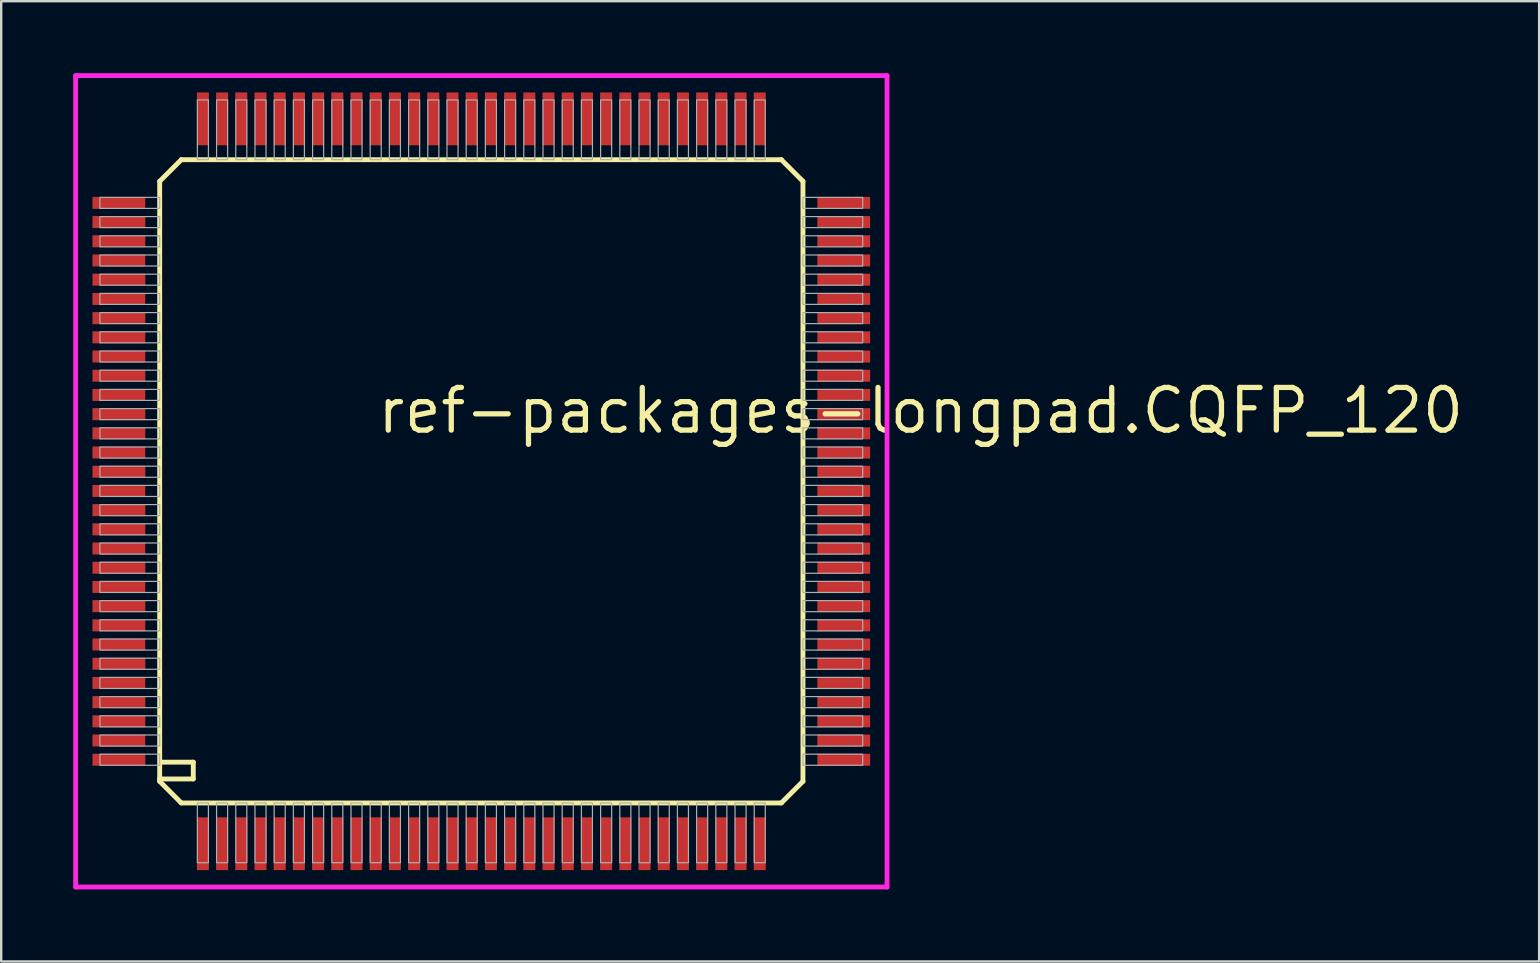
<source format=kicad_pcb>
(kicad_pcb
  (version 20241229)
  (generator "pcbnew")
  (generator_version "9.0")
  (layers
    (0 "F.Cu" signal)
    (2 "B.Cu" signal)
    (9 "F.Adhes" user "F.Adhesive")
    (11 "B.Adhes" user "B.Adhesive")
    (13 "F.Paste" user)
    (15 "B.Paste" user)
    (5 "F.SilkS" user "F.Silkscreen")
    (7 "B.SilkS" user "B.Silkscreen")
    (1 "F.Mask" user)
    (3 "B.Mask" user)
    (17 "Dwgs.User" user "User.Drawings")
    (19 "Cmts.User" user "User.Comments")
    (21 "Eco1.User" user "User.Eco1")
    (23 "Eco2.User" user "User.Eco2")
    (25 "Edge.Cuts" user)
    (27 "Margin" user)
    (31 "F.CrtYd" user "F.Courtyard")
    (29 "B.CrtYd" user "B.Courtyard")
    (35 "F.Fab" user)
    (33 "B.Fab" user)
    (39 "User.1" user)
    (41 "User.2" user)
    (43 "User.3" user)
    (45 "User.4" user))
  (footprint "ref-packages-longpad.CQFP_120"
    (layer "F.Cu")
    (at 17.003 17.003)
    (property "Reference" "ref-packages-longpad.CQFP_120" (at -4.445 -1.905 0) (layer "F.SilkS") (effects (font (size 1.778 1.778) (thickness 0.22)) (justify left bottom)))
    (attr smd)
    (fp_line (start -13.4 -12.5) (end -13.4 12.4) (stroke (width 0.203) (type default)) (layer "F.SilkS"))
    (fp_line (start -13.4 -12.5) (end -12.5 -13.4) (stroke (width 0.203) (type default)) (layer "F.SilkS"))
    (fp_line (start -13.4 12.4) (end -13.4 12.5) (stroke (width 0.203) (type default)) (layer "F.SilkS"))
    (fp_line (start -13.4 12.4) (end -12 12.4) (stroke (width 0.203) (type default)) (layer "F.SilkS"))
    (fp_line (start -13.4 12.5) (end -12.5 13.4) (stroke (width 0.203) (type default)) (layer "F.SilkS"))
    (fp_line (start -12.5 13.4) (end 12.5 13.4) (stroke (width 0.203) (type default)) (layer "F.SilkS"))
    (fp_line (start -12 11.7) (end -13.3 11.7) (stroke (width 0.203) (type default)) (layer "F.SilkS"))
    (fp_line (start -12 12.4) (end -12 11.7) (stroke (width 0.203) (type default)) (layer "F.SilkS"))
    (fp_line (start 12.5 -13.4) (end -12.5 -13.4) (stroke (width 0.203) (type default)) (layer "F.SilkS"))
    (fp_line (start 12.5 -13.4) (end 13.4 -12.5) (stroke (width 0.203) (type default)) (layer "F.SilkS"))
    (fp_line (start 12.5 13.4) (end 13.4 12.5) (stroke (width 0.203) (type default)) (layer "F.SilkS"))
    (fp_line (start 13.4 12.5) (end 13.4 -12.5) (stroke (width 0.203) (type default)) (layer "F.SilkS"))
    (fp_line (start -16.903 -16.903) (end 16.903 -16.903) (stroke (width 0.2) (type default)) (layer "F.CrtYd"))
    (fp_line (start -16.903 16.903) (end -16.903 -16.903) (stroke (width 0.2) (type default)) (layer "F.CrtYd"))
    (fp_line (start 16.903 -16.903) (end 16.903 16.903) (stroke (width 0.2) (type default)) (layer "F.CrtYd"))
    (fp_line (start 16.903 16.903) (end -16.903 16.903) (stroke (width 0.2) (type default)) (layer "F.CrtYd"))
    (fp_rect (start -15.89 -11.37) (end -13.4 -11.83) (stroke (width 0.05) (type default)) (fill no) (layer "F.Fab"))
    (fp_rect (start -15.89 -10.57) (end -13.4 -11.03) (stroke (width 0.05) (type default)) (fill no) (layer "F.Fab"))
    (fp_rect (start -15.89 -9.77) (end -13.4 -10.23) (stroke (width 0.05) (type default)) (fill no) (layer "F.Fab"))
    (fp_rect (start -15.89 -8.97) (end -13.4 -9.43) (stroke (width 0.05) (type default)) (fill no) (layer "F.Fab"))
    (fp_rect (start -15.89 -8.17) (end -13.4 -8.63) (stroke (width 0.05) (type default)) (fill no) (layer "F.Fab"))
    (fp_rect (start -15.89 -7.37) (end -13.4 -7.83) (stroke (width 0.05) (type default)) (fill no) (layer "F.Fab"))
    (fp_rect (start -15.89 -6.57) (end -13.4 -7.03) (stroke (width 0.05) (type default)) (fill no) (layer "F.Fab"))
    (fp_rect (start -15.89 -5.77) (end -13.4 -6.23) (stroke (width 0.05) (type default)) (fill no) (layer "F.Fab"))
    (fp_rect (start -15.89 -4.97) (end -13.4 -5.43) (stroke (width 0.05) (type default)) (fill no) (layer "F.Fab"))
    (fp_rect (start -15.89 -4.17) (end -13.4 -4.63) (stroke (width 0.05) (type default)) (fill no) (layer "F.Fab"))
    (fp_rect (start -15.89 -3.37) (end -13.4 -3.83) (stroke (width 0.05) (type default)) (fill no) (layer "F.Fab"))
    (fp_rect (start -15.89 -2.57) (end -13.4 -3.03) (stroke (width 0.05) (type default)) (fill no) (layer "F.Fab"))
    (fp_rect (start -15.89 -1.77) (end -13.4 -2.23) (stroke (width 0.05) (type default)) (fill no) (layer "F.Fab"))
    (fp_rect (start -15.89 -0.97) (end -13.4 -1.43) (stroke (width 0.05) (type default)) (fill no) (layer "F.Fab"))
    (fp_rect (start -15.89 -0.17) (end -13.4 -0.63) (stroke (width 0.05) (type default)) (fill no) (layer "F.Fab"))
    (fp_rect (start -15.89 0.63) (end -13.4 0.17) (stroke (width 0.05) (type default)) (fill no) (layer "F.Fab"))
    (fp_rect (start -15.89 1.43) (end -13.4 0.97) (stroke (width 0.05) (type default)) (fill no) (layer "F.Fab"))
    (fp_rect (start -15.89 2.23) (end -13.4 1.77) (stroke (width 0.05) (type default)) (fill no) (layer "F.Fab"))
    (fp_rect (start -15.89 3.03) (end -13.4 2.57) (stroke (width 0.05) (type default)) (fill no) (layer "F.Fab"))
    (fp_rect (start -15.89 3.83) (end -13.4 3.37) (stroke (width 0.05) (type default)) (fill no) (layer "F.Fab"))
    (fp_rect (start -15.89 4.63) (end -13.4 4.17) (stroke (width 0.05) (type default)) (fill no) (layer "F.Fab"))
    (fp_rect (start -15.89 5.43) (end -13.4 4.97) (stroke (width 0.05) (type default)) (fill no) (layer "F.Fab"))
    (fp_rect (start -15.89 6.23) (end -13.4 5.77) (stroke (width 0.05) (type default)) (fill no) (layer "F.Fab"))
    (fp_rect (start -15.89 7.03) (end -13.4 6.57) (stroke (width 0.05) (type default)) (fill no) (layer "F.Fab"))
    (fp_rect (start -15.89 7.83) (end -13.4 7.37) (stroke (width 0.05) (type default)) (fill no) (layer "F.Fab"))
    (fp_rect (start -15.89 8.63) (end -13.4 8.17) (stroke (width 0.05) (type default)) (fill no) (layer "F.Fab"))
    (fp_rect (start -15.89 9.43) (end -13.4 8.97) (stroke (width 0.05) (type default)) (fill no) (layer "F.Fab"))
    (fp_rect (start -15.89 10.23) (end -13.4 9.77) (stroke (width 0.05) (type default)) (fill no) (layer "F.Fab"))
    (fp_rect (start -15.89 11.03) (end -13.4 10.57) (stroke (width 0.05) (type default)) (fill no) (layer "F.Fab"))
    (fp_rect (start -15.89 11.83) (end -13.4 11.37) (stroke (width 0.05) (type default)) (fill no) (layer "F.Fab"))
    (fp_rect (start -11.83 -13.4) (end -11.37 -15.89) (stroke (width 0.05) (type default)) (fill no) (layer "F.Fab"))
    (fp_rect (start -11.83 15.89) (end -11.37 13.4) (stroke (width 0.05) (type default)) (fill no) (layer "F.Fab"))
    (fp_rect (start -11.03 -13.4) (end -10.57 -15.89) (stroke (width 0.05) (type default)) (fill no) (layer "F.Fab"))
    (fp_rect (start -11.03 15.89) (end -10.57 13.4) (stroke (width 0.05) (type default)) (fill no) (layer "F.Fab"))
    (fp_rect (start -10.23 -13.4) (end -9.77 -15.89) (stroke (width 0.05) (type default)) (fill no) (layer "F.Fab"))
    (fp_rect (start -10.23 15.89) (end -9.77 13.4) (stroke (width 0.05) (type default)) (fill no) (layer "F.Fab"))
    (fp_rect (start -9.43 -13.4) (end -8.97 -15.89) (stroke (width 0.05) (type default)) (fill no) (layer "F.Fab"))
    (fp_rect (start -9.43 15.89) (end -8.97 13.4) (stroke (width 0.05) (type default)) (fill no) (layer "F.Fab"))
    (fp_rect (start -8.63 -13.4) (end -8.17 -15.89) (stroke (width 0.05) (type default)) (fill no) (layer "F.Fab"))
    (fp_rect (start -8.63 15.89) (end -8.17 13.4) (stroke (width 0.05) (type default)) (fill no) (layer "F.Fab"))
    (fp_rect (start -7.83 -13.4) (end -7.37 -15.89) (stroke (width 0.05) (type default)) (fill no) (layer "F.Fab"))
    (fp_rect (start -7.83 15.89) (end -7.37 13.4) (stroke (width 0.05) (type default)) (fill no) (layer "F.Fab"))
    (fp_rect (start -7.03 -13.4) (end -6.57 -15.89) (stroke (width 0.05) (type default)) (fill no) (layer "F.Fab"))
    (fp_rect (start -7.03 15.89) (end -6.57 13.4) (stroke (width 0.05) (type default)) (fill no) (layer "F.Fab"))
    (fp_rect (start -6.23 -13.4) (end -5.77 -15.89) (stroke (width 0.05) (type default)) (fill no) (layer "F.Fab"))
    (fp_rect (start -6.23 15.89) (end -5.77 13.4) (stroke (width 0.05) (type default)) (fill no) (layer "F.Fab"))
    (fp_rect (start -5.43 -13.4) (end -4.97 -15.89) (stroke (width 0.05) (type default)) (fill no) (layer "F.Fab"))
    (fp_rect (start -5.43 15.89) (end -4.97 13.4) (stroke (width 0.05) (type default)) (fill no) (layer "F.Fab"))
    (fp_rect (start -4.63 -13.4) (end -4.17 -15.89) (stroke (width 0.05) (type default)) (fill no) (layer "F.Fab"))
    (fp_rect (start -4.63 15.89) (end -4.17 13.4) (stroke (width 0.05) (type default)) (fill no) (layer "F.Fab"))
    (fp_rect (start -3.83 -13.4) (end -3.37 -15.89) (stroke (width 0.05) (type default)) (fill no) (layer "F.Fab"))
    (fp_rect (start -3.83 15.89) (end -3.37 13.4) (stroke (width 0.05) (type default)) (fill no) (layer "F.Fab"))
    (fp_rect (start -3.03 -13.4) (end -2.57 -15.89) (stroke (width 0.05) (type default)) (fill no) (layer "F.Fab"))
    (fp_rect (start -3.03 15.89) (end -2.57 13.4) (stroke (width 0.05) (type default)) (fill no) (layer "F.Fab"))
    (fp_rect (start -2.23 -13.4) (end -1.77 -15.89) (stroke (width 0.05) (type default)) (fill no) (layer "F.Fab"))
    (fp_rect (start -2.23 15.89) (end -1.77 13.4) (stroke (width 0.05) (type default)) (fill no) (layer "F.Fab"))
    (fp_rect (start -1.43 -13.4) (end -0.97 -15.89) (stroke (width 0.05) (type default)) (fill no) (layer "F.Fab"))
    (fp_rect (start -1.43 15.89) (end -0.97 13.4) (stroke (width 0.05) (type default)) (fill no) (layer "F.Fab"))
    (fp_rect (start -0.63 -13.4) (end -0.17 -15.89) (stroke (width 0.05) (type default)) (fill no) (layer "F.Fab"))
    (fp_rect (start -0.63 15.89) (end -0.17 13.4) (stroke (width 0.05) (type default)) (fill no) (layer "F.Fab"))
    (fp_rect (start 0.17 -13.4) (end 0.63 -15.89) (stroke (width 0.05) (type default)) (fill no) (layer "F.Fab"))
    (fp_rect (start 0.17 15.89) (end 0.63 13.4) (stroke (width 0.05) (type default)) (fill no) (layer "F.Fab"))
    (fp_rect (start 0.97 -13.4) (end 1.43 -15.89) (stroke (width 0.05) (type default)) (fill no) (layer "F.Fab"))
    (fp_rect (start 0.97 15.89) (end 1.43 13.4) (stroke (width 0.05) (type default)) (fill no) (layer "F.Fab"))
    (fp_rect (start 1.77 -13.4) (end 2.23 -15.89) (stroke (width 0.05) (type default)) (fill no) (layer "F.Fab"))
    (fp_rect (start 1.77 15.89) (end 2.23 13.4) (stroke (width 0.05) (type default)) (fill no) (layer "F.Fab"))
    (fp_rect (start 2.57 -13.4) (end 3.03 -15.89) (stroke (width 0.05) (type default)) (fill no) (layer "F.Fab"))
    (fp_rect (start 2.57 15.89) (end 3.03 13.4) (stroke (width 0.05) (type default)) (fill no) (layer "F.Fab"))
    (fp_rect (start 3.37 -13.4) (end 3.83 -15.89) (stroke (width 0.05) (type default)) (fill no) (layer "F.Fab"))
    (fp_rect (start 3.37 15.89) (end 3.83 13.4) (stroke (width 0.05) (type default)) (fill no) (layer "F.Fab"))
    (fp_rect (start 4.17 -13.4) (end 4.63 -15.89) (stroke (width 0.05) (type default)) (fill no) (layer "F.Fab"))
    (fp_rect (start 4.17 15.89) (end 4.63 13.4) (stroke (width 0.05) (type default)) (fill no) (layer "F.Fab"))
    (fp_rect (start 4.97 -13.4) (end 5.43 -15.89) (stroke (width 0.05) (type default)) (fill no) (layer "F.Fab"))
    (fp_rect (start 4.97 15.89) (end 5.43 13.4) (stroke (width 0.05) (type default)) (fill no) (layer "F.Fab"))
    (fp_rect (start 5.77 -13.4) (end 6.23 -15.89) (stroke (width 0.05) (type default)) (fill no) (layer "F.Fab"))
    (fp_rect (start 5.77 15.89) (end 6.23 13.4) (stroke (width 0.05) (type default)) (fill no) (layer "F.Fab"))
    (fp_rect (start 6.57 -13.4) (end 7.03 -15.89) (stroke (width 0.05) (type default)) (fill no) (layer "F.Fab"))
    (fp_rect (start 6.57 15.89) (end 7.03 13.4) (stroke (width 0.05) (type default)) (fill no) (layer "F.Fab"))
    (fp_rect (start 7.37 -13.4) (end 7.83 -15.89) (stroke (width 0.05) (type default)) (fill no) (layer "F.Fab"))
    (fp_rect (start 7.37 15.89) (end 7.83 13.4) (stroke (width 0.05) (type default)) (fill no) (layer "F.Fab"))
    (fp_rect (start 8.17 -13.4) (end 8.63 -15.89) (stroke (width 0.05) (type default)) (fill no) (layer "F.Fab"))
    (fp_rect (start 8.17 15.89) (end 8.63 13.4) (stroke (width 0.05) (type default)) (fill no) (layer "F.Fab"))
    (fp_rect (start 8.97 -13.4) (end 9.43 -15.89) (stroke (width 0.05) (type default)) (fill no) (layer "F.Fab"))
    (fp_rect (start 8.97 15.89) (end 9.43 13.4) (stroke (width 0.05) (type default)) (fill no) (layer "F.Fab"))
    (fp_rect (start 9.77 -13.4) (end 10.23 -15.89) (stroke (width 0.05) (type default)) (fill no) (layer "F.Fab"))
    (fp_rect (start 9.77 15.89) (end 10.23 13.4) (stroke (width 0.05) (type default)) (fill no) (layer "F.Fab"))
    (fp_rect (start 10.57 -13.4) (end 11.03 -15.89) (stroke (width 0.05) (type default)) (fill no) (layer "F.Fab"))
    (fp_rect (start 10.57 15.89) (end 11.03 13.4) (stroke (width 0.05) (type default)) (fill no) (layer "F.Fab"))
    (fp_rect (start 11.37 -13.4) (end 11.83 -15.89) (stroke (width 0.05) (type default)) (fill no) (layer "F.Fab"))
    (fp_rect (start 11.37 15.89) (end 11.83 13.4) (stroke (width 0.05) (type default)) (fill no) (layer "F.Fab"))
    (fp_rect (start 13.4 -11.37) (end 15.89 -11.83) (stroke (width 0.05) (type default)) (fill no) (layer "F.Fab"))
    (fp_rect (start 13.4 -10.57) (end 15.89 -11.03) (stroke (width 0.05) (type default)) (fill no) (layer "F.Fab"))
    (fp_rect (start 13.4 -9.77) (end 15.89 -10.23) (stroke (width 0.05) (type default)) (fill no) (layer "F.Fab"))
    (fp_rect (start 13.4 -8.97) (end 15.89 -9.43) (stroke (width 0.05) (type default)) (fill no) (layer "F.Fab"))
    (fp_rect (start 13.4 -8.17) (end 15.89 -8.63) (stroke (width 0.05) (type default)) (fill no) (layer "F.Fab"))
    (fp_rect (start 13.4 -7.37) (end 15.89 -7.83) (stroke (width 0.05) (type default)) (fill no) (layer "F.Fab"))
    (fp_rect (start 13.4 -6.57) (end 15.89 -7.03) (stroke (width 0.05) (type default)) (fill no) (layer "F.Fab"))
    (fp_rect (start 13.4 -5.77) (end 15.89 -6.23) (stroke (width 0.05) (type default)) (fill no) (layer "F.Fab"))
    (fp_rect (start 13.4 -4.97) (end 15.89 -5.43) (stroke (width 0.05) (type default)) (fill no) (layer "F.Fab"))
    (fp_rect (start 13.4 -4.17) (end 15.89 -4.63) (stroke (width 0.05) (type default)) (fill no) (layer "F.Fab"))
    (fp_rect (start 13.4 -3.37) (end 15.89 -3.83) (stroke (width 0.05) (type default)) (fill no) (layer "F.Fab"))
    (fp_rect (start 13.4 -2.57) (end 15.89 -3.03) (stroke (width 0.05) (type default)) (fill no) (layer "F.Fab"))
    (fp_rect (start 13.4 -1.77) (end 15.89 -2.23) (stroke (width 0.05) (type default)) (fill no) (layer "F.Fab"))
    (fp_rect (start 13.4 -0.97) (end 15.89 -1.43) (stroke (width 0.05) (type default)) (fill no) (layer "F.Fab"))
    (fp_rect (start 13.4 -0.17) (end 15.89 -0.63) (stroke (width 0.05) (type default)) (fill no) (layer "F.Fab"))
    (fp_rect (start 13.4 0.63) (end 15.89 0.17) (stroke (width 0.05) (type default)) (fill no) (layer "F.Fab"))
    (fp_rect (start 13.4 1.43) (end 15.89 0.97) (stroke (width 0.05) (type default)) (fill no) (layer "F.Fab"))
    (fp_rect (start 13.4 2.23) (end 15.89 1.77) (stroke (width 0.05) (type default)) (fill no) (layer "F.Fab"))
    (fp_rect (start 13.4 3.03) (end 15.89 2.57) (stroke (width 0.05) (type default)) (fill no) (layer "F.Fab"))
    (fp_rect (start 13.4 3.83) (end 15.89 3.37) (stroke (width 0.05) (type default)) (fill no) (layer "F.Fab"))
    (fp_rect (start 13.4 4.63) (end 15.89 4.17) (stroke (width 0.05) (type default)) (fill no) (layer "F.Fab"))
    (fp_rect (start 13.4 5.43) (end 15.89 4.97) (stroke (width 0.05) (type default)) (fill no) (layer "F.Fab"))
    (fp_rect (start 13.4 6.23) (end 15.89 5.77) (stroke (width 0.05) (type default)) (fill no) (layer "F.Fab"))
    (fp_rect (start 13.4 7.03) (end 15.89 6.57) (stroke (width 0.05) (type default)) (fill no) (layer "F.Fab"))
    (fp_rect (start 13.4 7.83) (end 15.89 7.37) (stroke (width 0.05) (type default)) (fill no) (layer "F.Fab"))
    (fp_rect (start 13.4 8.63) (end 15.89 8.17) (stroke (width 0.05) (type default)) (fill no) (layer "F.Fab"))
    (fp_rect (start 13.4 9.43) (end 15.89 8.97) (stroke (width 0.05) (type default)) (fill no) (layer "F.Fab"))
    (fp_rect (start 13.4 10.23) (end 15.89 9.77) (stroke (width 0.05) (type default)) (fill no) (layer "F.Fab"))
    (fp_rect (start 13.4 11.03) (end 15.89 10.57) (stroke (width 0.05) (type default)) (fill no) (layer "F.Fab"))
    (fp_rect (start 13.4 11.83) (end 15.89 11.37) (stroke (width 0.05) (type default)) (fill no) (layer "F.Fab"))
    (pad "1" smd roundrect (at -11.6 15.1) (size 0.5 2.2) (layers "F.Cu" "F.Mask" "F.Paste") (roundrect_rratio 0.01))
    (pad "2" smd roundrect (at -10.8 15.1) (size 0.5 2.2) (layers "F.Cu" "F.Mask" "F.Paste") (roundrect_rratio 0.01))
    (pad "3" smd roundrect (at -10 15.1) (size 0.5 2.2) (layers "F.Cu" "F.Mask" "F.Paste") (roundrect_rratio 0.01))
    (pad "4" smd roundrect (at -9.2 15.1) (size 0.5 2.2) (layers "F.Cu" "F.Mask" "F.Paste") (roundrect_rratio 0.01))
    (pad "5" smd roundrect (at -8.4 15.1) (size 0.5 2.2) (layers "F.Cu" "F.Mask" "F.Paste") (roundrect_rratio 0.01))
    (pad "6" smd roundrect (at -7.6 15.1) (size 0.5 2.2) (layers "F.Cu" "F.Mask" "F.Paste") (roundrect_rratio 0.01))
    (pad "7" smd roundrect (at -6.8 15.1) (size 0.5 2.2) (layers "F.Cu" "F.Mask" "F.Paste") (roundrect_rratio 0.01))
    (pad "8" smd roundrect (at -6 15.1) (size 0.5 2.2) (layers "F.Cu" "F.Mask" "F.Paste") (roundrect_rratio 0.01))
    (pad "9" smd roundrect (at -5.2 15.1) (size 0.5 2.2) (layers "F.Cu" "F.Mask" "F.Paste") (roundrect_rratio 0.01))
    (pad "10" smd roundrect (at -4.4 15.1) (size 0.5 2.2) (layers "F.Cu" "F.Mask" "F.Paste") (roundrect_rratio 0.01))
    (pad "11" smd roundrect (at -3.6 15.1) (size 0.5 2.2) (layers "F.Cu" "F.Mask" "F.Paste") (roundrect_rratio 0.01))
    (pad "12" smd roundrect (at -2.8 15.1) (size 0.5 2.2) (layers "F.Cu" "F.Mask" "F.Paste") (roundrect_rratio 0.01))
    (pad "13" smd roundrect (at -2 15.1) (size 0.5 2.2) (layers "F.Cu" "F.Mask" "F.Paste") (roundrect_rratio 0.01))
    (pad "14" smd roundrect (at -1.2 15.1) (size 0.5 2.2) (layers "F.Cu" "F.Mask" "F.Paste") (roundrect_rratio 0.01))
    (pad "15" smd roundrect (at -0.4 15.1) (size 0.5 2.2) (layers "F.Cu" "F.Mask" "F.Paste") (roundrect_rratio 0.01))
    (pad "16" smd roundrect (at 0.4 15.1) (size 0.5 2.2) (layers "F.Cu" "F.Mask" "F.Paste") (roundrect_rratio 0.01))
    (pad "17" smd roundrect (at 1.2 15.1) (size 0.5 2.2) (layers "F.Cu" "F.Mask" "F.Paste") (roundrect_rratio 0.01))
    (pad "18" smd roundrect (at 2 15.1) (size 0.5 2.2) (layers "F.Cu" "F.Mask" "F.Paste") (roundrect_rratio 0.01))
    (pad "19" smd roundrect (at 2.8 15.1) (size 0.5 2.2) (layers "F.Cu" "F.Mask" "F.Paste") (roundrect_rratio 0.01))
    (pad "20" smd roundrect (at 3.6 15.1) (size 0.5 2.2) (layers "F.Cu" "F.Mask" "F.Paste") (roundrect_rratio 0.01))
    (pad "21" smd roundrect (at 4.4 15.1) (size 0.5 2.2) (layers "F.Cu" "F.Mask" "F.Paste") (roundrect_rratio 0.01))
    (pad "22" smd roundrect (at 5.2 15.1) (size 0.5 2.2) (layers "F.Cu" "F.Mask" "F.Paste") (roundrect_rratio 0.01))
    (pad "23" smd roundrect (at 6 15.1) (size 0.5 2.2) (layers "F.Cu" "F.Mask" "F.Paste") (roundrect_rratio 0.01))
    (pad "24" smd roundrect (at 6.8 15.1) (size 0.5 2.2) (layers "F.Cu" "F.Mask" "F.Paste") (roundrect_rratio 0.01))
    (pad "25" smd roundrect (at 7.6 15.1) (size 0.5 2.2) (layers "F.Cu" "F.Mask" "F.Paste") (roundrect_rratio 0.01))
    (pad "26" smd roundrect (at 8.4 15.1) (size 0.5 2.2) (layers "F.Cu" "F.Mask" "F.Paste") (roundrect_rratio 0.01))
    (pad "27" smd roundrect (at 9.2 15.1) (size 0.5 2.2) (layers "F.Cu" "F.Mask" "F.Paste") (roundrect_rratio 0.01))
    (pad "28" smd roundrect (at 10 15.1) (size 0.5 2.2) (layers "F.Cu" "F.Mask" "F.Paste") (roundrect_rratio 0.01))
    (pad "29" smd roundrect (at 10.8 15.1) (size 0.5 2.2) (layers "F.Cu" "F.Mask" "F.Paste") (roundrect_rratio 0.01))
    (pad "30" smd roundrect (at 11.6 15.1) (size 0.5 2.2) (layers "F.Cu" "F.Mask" "F.Paste") (roundrect_rratio 0.01))
    (pad "31" smd roundrect (at 15.1 11.6) (size 2.2 0.5) (layers "F.Cu" "F.Mask" "F.Paste") (roundrect_rratio 0.01))
    (pad "32" smd roundrect (at 15.1 10.8) (size 2.2 0.5) (layers "F.Cu" "F.Mask" "F.Paste") (roundrect_rratio 0.01))
    (pad "33" smd roundrect (at 15.1 10) (size 2.2 0.5) (layers "F.Cu" "F.Mask" "F.Paste") (roundrect_rratio 0.01))
    (pad "34" smd roundrect (at 15.1 9.2) (size 2.2 0.5) (layers "F.Cu" "F.Mask" "F.Paste") (roundrect_rratio 0.01))
    (pad "35" smd roundrect (at 15.1 8.4) (size 2.2 0.5) (layers "F.Cu" "F.Mask" "F.Paste") (roundrect_rratio 0.01))
    (pad "36" smd roundrect (at 15.1 7.6) (size 2.2 0.5) (layers "F.Cu" "F.Mask" "F.Paste") (roundrect_rratio 0.01))
    (pad "37" smd roundrect (at 15.1 6.8) (size 2.2 0.5) (layers "F.Cu" "F.Mask" "F.Paste") (roundrect_rratio 0.01))
    (pad "38" smd roundrect (at 15.1 6) (size 2.2 0.5) (layers "F.Cu" "F.Mask" "F.Paste") (roundrect_rratio 0.01))
    (pad "39" smd roundrect (at 15.1 5.2) (size 2.2 0.5) (layers "F.Cu" "F.Mask" "F.Paste") (roundrect_rratio 0.01))
    (pad "40" smd roundrect (at 15.1 4.4) (size 2.2 0.5) (layers "F.Cu" "F.Mask" "F.Paste") (roundrect_rratio 0.01))
    (pad "41" smd roundrect (at 15.1 3.6) (size 2.2 0.5) (layers "F.Cu" "F.Mask" "F.Paste") (roundrect_rratio 0.01))
    (pad "42" smd roundrect (at 15.1 2.8) (size 2.2 0.5) (layers "F.Cu" "F.Mask" "F.Paste") (roundrect_rratio 0.01))
    (pad "43" smd roundrect (at 15.1 2) (size 2.2 0.5) (layers "F.Cu" "F.Mask" "F.Paste") (roundrect_rratio 0.01))
    (pad "44" smd roundrect (at 15.1 1.2) (size 2.2 0.5) (layers "F.Cu" "F.Mask" "F.Paste") (roundrect_rratio 0.01))
    (pad "45" smd roundrect (at 15.1 0.4) (size 2.2 0.5) (layers "F.Cu" "F.Mask" "F.Paste") (roundrect_rratio 0.01))
    (pad "46" smd roundrect (at 15.1 -0.4) (size 2.2 0.5) (layers "F.Cu" "F.Mask" "F.Paste") (roundrect_rratio 0.01))
    (pad "47" smd roundrect (at 15.1 -1.2) (size 2.2 0.5) (layers "F.Cu" "F.Mask" "F.Paste") (roundrect_rratio 0.01))
    (pad "48" smd roundrect (at 15.1 -2) (size 2.2 0.5) (layers "F.Cu" "F.Mask" "F.Paste") (roundrect_rratio 0.01))
    (pad "49" smd roundrect (at 15.1 -2.8) (size 2.2 0.5) (layers "F.Cu" "F.Mask" "F.Paste") (roundrect_rratio 0.01))
    (pad "50" smd roundrect (at 15.1 -3.6) (size 2.2 0.5) (layers "F.Cu" "F.Mask" "F.Paste") (roundrect_rratio 0.01))
    (pad "51" smd roundrect (at 15.1 -4.4) (size 2.2 0.5) (layers "F.Cu" "F.Mask" "F.Paste") (roundrect_rratio 0.01))
    (pad "52" smd roundrect (at 15.1 -5.2) (size 2.2 0.5) (layers "F.Cu" "F.Mask" "F.Paste") (roundrect_rratio 0.01))
    (pad "53" smd roundrect (at 15.1 -6) (size 2.2 0.5) (layers "F.Cu" "F.Mask" "F.Paste") (roundrect_rratio 0.01))
    (pad "54" smd roundrect (at 15.1 -6.8) (size 2.2 0.5) (layers "F.Cu" "F.Mask" "F.Paste") (roundrect_rratio 0.01))
    (pad "55" smd roundrect (at 15.1 -7.6) (size 2.2 0.5) (layers "F.Cu" "F.Mask" "F.Paste") (roundrect_rratio 0.01))
    (pad "56" smd roundrect (at 15.1 -8.4) (size 2.2 0.5) (layers "F.Cu" "F.Mask" "F.Paste") (roundrect_rratio 0.01))
    (pad "57" smd roundrect (at 15.1 -9.2) (size 2.2 0.5) (layers "F.Cu" "F.Mask" "F.Paste") (roundrect_rratio 0.01))
    (pad "58" smd roundrect (at 15.1 -10) (size 2.2 0.5) (layers "F.Cu" "F.Mask" "F.Paste") (roundrect_rratio 0.01))
    (pad "59" smd roundrect (at 15.1 -10.8) (size 2.2 0.5) (layers "F.Cu" "F.Mask" "F.Paste") (roundrect_rratio 0.01))
    (pad "60" smd roundrect (at 15.1 -11.6) (size 2.2 0.5) (layers "F.Cu" "F.Mask" "F.Paste") (roundrect_rratio 0.01))
    (pad "61" smd roundrect (at 11.6 -15.1) (size 0.5 2.2) (layers "F.Cu" "F.Mask" "F.Paste") (roundrect_rratio 0.01))
    (pad "62" smd roundrect (at 10.8 -15.1) (size 0.5 2.2) (layers "F.Cu" "F.Mask" "F.Paste") (roundrect_rratio 0.01))
    (pad "63" smd roundrect (at 10 -15.1) (size 0.5 2.2) (layers "F.Cu" "F.Mask" "F.Paste") (roundrect_rratio 0.01))
    (pad "64" smd roundrect (at 9.2 -15.1) (size 0.5 2.2) (layers "F.Cu" "F.Mask" "F.Paste") (roundrect_rratio 0.01))
    (pad "65" smd roundrect (at 8.4 -15.1) (size 0.5 2.2) (layers "F.Cu" "F.Mask" "F.Paste") (roundrect_rratio 0.01))
    (pad "66" smd roundrect (at 7.6 -15.1) (size 0.5 2.2) (layers "F.Cu" "F.Mask" "F.Paste") (roundrect_rratio 0.01))
    (pad "67" smd roundrect (at 6.8 -15.1) (size 0.5 2.2) (layers "F.Cu" "F.Mask" "F.Paste") (roundrect_rratio 0.01))
    (pad "68" smd roundrect (at 6 -15.1) (size 0.5 2.2) (layers "F.Cu" "F.Mask" "F.Paste") (roundrect_rratio 0.01))
    (pad "69" smd roundrect (at 5.2 -15.1) (size 0.5 2.2) (layers "F.Cu" "F.Mask" "F.Paste") (roundrect_rratio 0.01))
    (pad "70" smd roundrect (at 4.4 -15.1) (size 0.5 2.2) (layers "F.Cu" "F.Mask" "F.Paste") (roundrect_rratio 0.01))
    (pad "71" smd roundrect (at 3.6 -15.1) (size 0.5 2.2) (layers "F.Cu" "F.Mask" "F.Paste") (roundrect_rratio 0.01))
    (pad "72" smd roundrect (at 2.8 -15.1) (size 0.5 2.2) (layers "F.Cu" "F.Mask" "F.Paste") (roundrect_rratio 0.01))
    (pad "73" smd roundrect (at 2 -15.1) (size 0.5 2.2) (layers "F.Cu" "F.Mask" "F.Paste") (roundrect_rratio 0.01))
    (pad "74" smd roundrect (at 1.2 -15.1) (size 0.5 2.2) (layers "F.Cu" "F.Mask" "F.Paste") (roundrect_rratio 0.01))
    (pad "75" smd roundrect (at 0.4 -15.1) (size 0.5 2.2) (layers "F.Cu" "F.Mask" "F.Paste") (roundrect_rratio 0.01))
    (pad "76" smd roundrect (at -0.4 -15.1) (size 0.5 2.2) (layers "F.Cu" "F.Mask" "F.Paste") (roundrect_rratio 0.01))
    (pad "77" smd roundrect (at -1.2 -15.1) (size 0.5 2.2) (layers "F.Cu" "F.Mask" "F.Paste") (roundrect_rratio 0.01))
    (pad "78" smd roundrect (at -2 -15.1) (size 0.5 2.2) (layers "F.Cu" "F.Mask" "F.Paste") (roundrect_rratio 0.01))
    (pad "79" smd roundrect (at -2.8 -15.1) (size 0.5 2.2) (layers "F.Cu" "F.Mask" "F.Paste") (roundrect_rratio 0.01))
    (pad "80" smd roundrect (at -3.6 -15.1) (size 0.5 2.2) (layers "F.Cu" "F.Mask" "F.Paste") (roundrect_rratio 0.01))
    (pad "81" smd roundrect (at -4.4 -15.1) (size 0.5 2.2) (layers "F.Cu" "F.Mask" "F.Paste") (roundrect_rratio 0.01))
    (pad "82" smd roundrect (at -5.2 -15.1) (size 0.5 2.2) (layers "F.Cu" "F.Mask" "F.Paste") (roundrect_rratio 0.01))
    (pad "83" smd roundrect (at -6 -15.1) (size 0.5 2.2) (layers "F.Cu" "F.Mask" "F.Paste") (roundrect_rratio 0.01))
    (pad "84" smd roundrect (at -6.8 -15.1) (size 0.5 2.2) (layers "F.Cu" "F.Mask" "F.Paste") (roundrect_rratio 0.01))
    (pad "85" smd roundrect (at -7.6 -15.1) (size 0.5 2.2) (layers "F.Cu" "F.Mask" "F.Paste") (roundrect_rratio 0.01))
    (pad "86" smd roundrect (at -8.4 -15.1) (size 0.5 2.2) (layers "F.Cu" "F.Mask" "F.Paste") (roundrect_rratio 0.01))
    (pad "87" smd roundrect (at -9.2 -15.1) (size 0.5 2.2) (layers "F.Cu" "F.Mask" "F.Paste") (roundrect_rratio 0.01))
    (pad "88" smd roundrect (at -10 -15.1) (size 0.5 2.2) (layers "F.Cu" "F.Mask" "F.Paste") (roundrect_rratio 0.01))
    (pad "89" smd roundrect (at -10.8 -15.1) (size 0.5 2.2) (layers "F.Cu" "F.Mask" "F.Paste") (roundrect_rratio 0.01))
    (pad "90" smd roundrect (at -11.6 -15.1) (size 0.5 2.2) (layers "F.Cu" "F.Mask" "F.Paste") (roundrect_rratio 0.01))
    (pad "91" smd roundrect (at -15.1 -11.6) (size 2.2 0.5) (layers "F.Cu" "F.Mask" "F.Paste") (roundrect_rratio 0.01))
    (pad "92" smd roundrect (at -15.1 -10.8) (size 2.2 0.5) (layers "F.Cu" "F.Mask" "F.Paste") (roundrect_rratio 0.01))
    (pad "93" smd roundrect (at -15.1 -10) (size 2.2 0.5) (layers "F.Cu" "F.Mask" "F.Paste") (roundrect_rratio 0.01))
    (pad "94" smd roundrect (at -15.1 -9.2) (size 2.2 0.5) (layers "F.Cu" "F.Mask" "F.Paste") (roundrect_rratio 0.01))
    (pad "95" smd roundrect (at -15.1 -8.4) (size 2.2 0.5) (layers "F.Cu" "F.Mask" "F.Paste") (roundrect_rratio 0.01))
    (pad "96" smd roundrect (at -15.1 -7.6) (size 2.2 0.5) (layers "F.Cu" "F.Mask" "F.Paste") (roundrect_rratio 0.01))
    (pad "97" smd roundrect (at -15.1 -6.8) (size 2.2 0.5) (layers "F.Cu" "F.Mask" "F.Paste") (roundrect_rratio 0.01))
    (pad "98" smd roundrect (at -15.1 -6) (size 2.2 0.5) (layers "F.Cu" "F.Mask" "F.Paste") (roundrect_rratio 0.01))
    (pad "99" smd roundrect (at -15.1 -5.2) (size 2.2 0.5) (layers "F.Cu" "F.Mask" "F.Paste") (roundrect_rratio 0.01))
    (pad "100" smd roundrect (at -15.1 -4.4) (size 2.2 0.5) (layers "F.Cu" "F.Mask" "F.Paste") (roundrect_rratio 0.01))
    (pad "101" smd roundrect (at -15.1 -3.6) (size 2.2 0.5) (layers "F.Cu" "F.Mask" "F.Paste") (roundrect_rratio 0.01))
    (pad "102" smd roundrect (at -15.1 -2.8) (size 2.2 0.5) (layers "F.Cu" "F.Mask" "F.Paste") (roundrect_rratio 0.01))
    (pad "103" smd roundrect (at -15.1 -2) (size 2.2 0.5) (layers "F.Cu" "F.Mask" "F.Paste") (roundrect_rratio 0.01))
    (pad "104" smd roundrect (at -15.1 -1.2) (size 2.2 0.5) (layers "F.Cu" "F.Mask" "F.Paste") (roundrect_rratio 0.01))
    (pad "105" smd roundrect (at -15.1 -0.4) (size 2.2 0.5) (layers "F.Cu" "F.Mask" "F.Paste") (roundrect_rratio 0.01))
    (pad "106" smd roundrect (at -15.1 0.4) (size 2.2 0.5) (layers "F.Cu" "F.Mask" "F.Paste") (roundrect_rratio 0.01))
    (pad "107" smd roundrect (at -15.1 1.2) (size 2.2 0.5) (layers "F.Cu" "F.Mask" "F.Paste") (roundrect_rratio 0.01))
    (pad "108" smd roundrect (at -15.1 2) (size 2.2 0.5) (layers "F.Cu" "F.Mask" "F.Paste") (roundrect_rratio 0.01))
    (pad "109" smd roundrect (at -15.1 2.8) (size 2.2 0.5) (layers "F.Cu" "F.Mask" "F.Paste") (roundrect_rratio 0.01))
    (pad "110" smd roundrect (at -15.1 3.6) (size 2.2 0.5) (layers "F.Cu" "F.Mask" "F.Paste") (roundrect_rratio 0.01))
    (pad "111" smd roundrect (at -15.1 4.4) (size 2.2 0.5) (layers "F.Cu" "F.Mask" "F.Paste") (roundrect_rratio 0.01))
    (pad "112" smd roundrect (at -15.1 5.2) (size 2.2 0.5) (layers "F.Cu" "F.Mask" "F.Paste") (roundrect_rratio 0.01))
    (pad "113" smd roundrect (at -15.1 6) (size 2.2 0.5) (layers "F.Cu" "F.Mask" "F.Paste") (roundrect_rratio 0.01))
    (pad "114" smd roundrect (at -15.1 6.8) (size 2.2 0.5) (layers "F.Cu" "F.Mask" "F.Paste") (roundrect_rratio 0.01))
    (pad "115" smd roundrect (at -15.1 7.6) (size 2.2 0.5) (layers "F.Cu" "F.Mask" "F.Paste") (roundrect_rratio 0.01))
    (pad "116" smd roundrect (at -15.1 8.4) (size 2.2 0.5) (layers "F.Cu" "F.Mask" "F.Paste") (roundrect_rratio 0.01))
    (pad "117" smd roundrect (at -15.1 9.2) (size 2.2 0.5) (layers "F.Cu" "F.Mask" "F.Paste") (roundrect_rratio 0.01))
    (pad "118" smd roundrect (at -15.1 10) (size 2.2 0.5) (layers "F.Cu" "F.Mask" "F.Paste") (roundrect_rratio 0.01))
    (pad "119" smd roundrect (at -15.1 10.8) (size 2.2 0.5) (layers "F.Cu" "F.Mask" "F.Paste") (roundrect_rratio 0.01))
    (pad "120" smd roundrect (at -15.1 11.6) (size 2.2 0.5) (layers "F.Cu" "F.Mask" "F.Paste") (roundrect_rratio 0.01)))
  (gr_rect
    (start -3 -3)
    (end 61.074 37.006)
    (stroke (width 0.1) (type default))
    (fill no)
    (layer "Edge.Cuts")))
</source>
